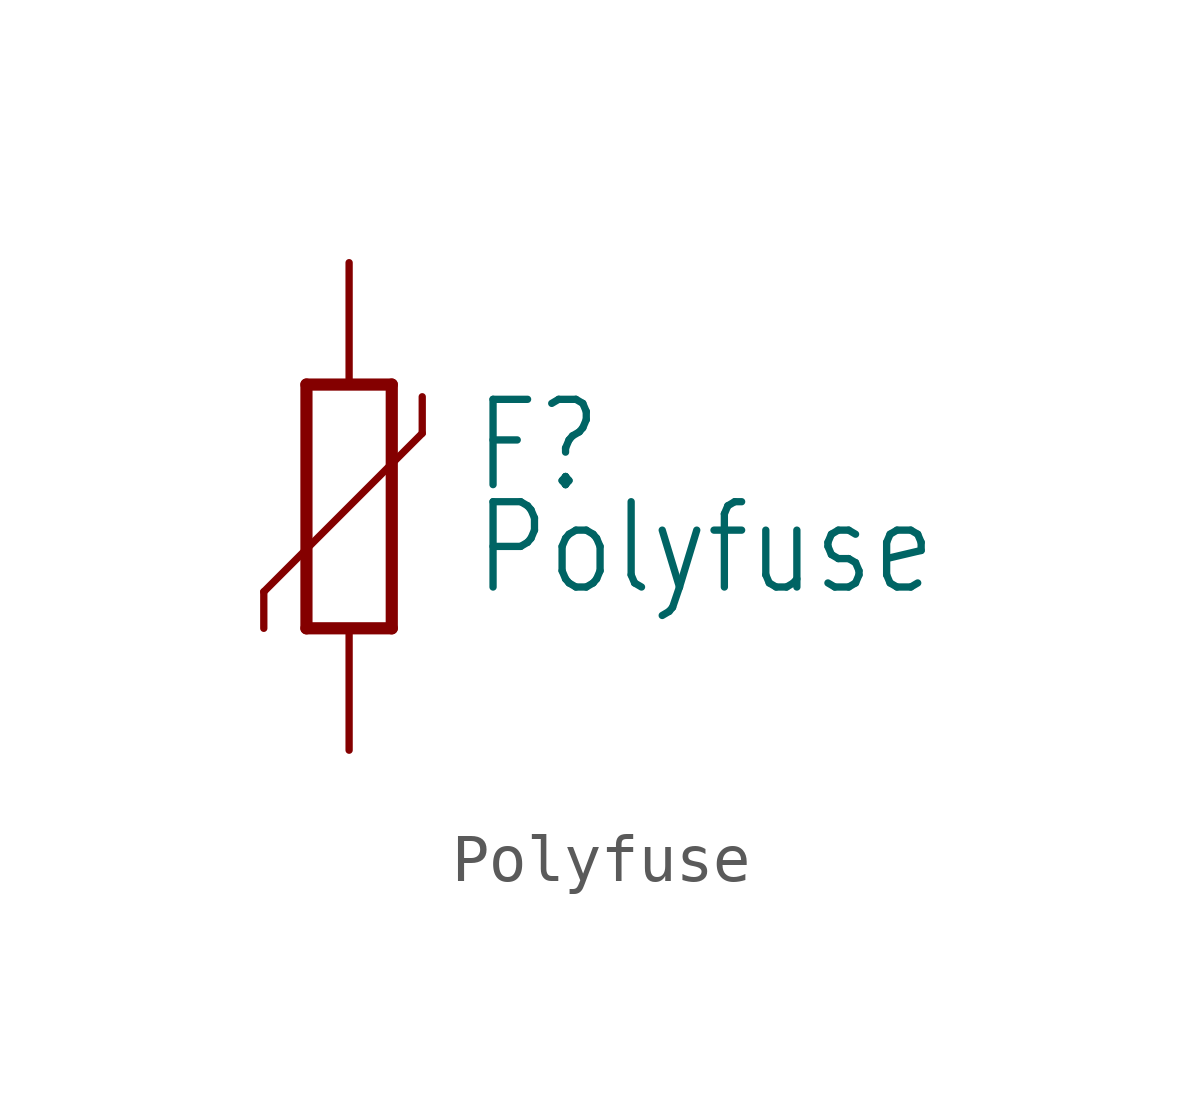
<source format=kicad_sym>
(kicad_symbol_lib
  (version 20211014)
  (generator kicad_symbol_editor)
  (symbol "Polyfuse"
    (property "Reference" "F"
      (at 2.54 0.229 0)
      (effects (font (size 1.778 1.511)) (justify left bottom)))
    (property "Value" "Polyfuse"
      (at 2.54 -1.905 0)
      (effects (font (size 1.778 1.511)) (justify left bottom)))
    (symbol "Polyfuse_1_0"
      (polyline (pts (xy -1.778 -1.778) (xy -1.778 -2.54)) (stroke (width 0.152) (type default) (color 0 0 0 0)) (fill (type none)))
      (polyline (pts (xy -0.889 2.54) (xy -0.889 -2.54)) (stroke (width 0.254) (type default) (color 0 0 0 0)) (fill (type none)))
      (polyline (pts (xy 0.889 -2.54) (xy -0.889 -2.54)) (stroke (width 0.254) (type default) (color 0 0 0 0)) (fill (type none)))
      (polyline (pts (xy 0.889 -2.54) (xy 0.889 2.54)) (stroke (width 0.254) (type default) (color 0 0 0 0)) (fill (type none)))
      (polyline (pts (xy 0.889 2.54) (xy -0.889 2.54)) (stroke (width 0.254) (type default) (color 0 0 0 0)) (fill (type none)))
      (polyline (pts (xy 1.524 1.524) (xy -1.778 -1.778)) (stroke (width 0.152) (type default) (color 0 0 0 0)) (fill (type none)))
      (polyline (pts (xy 1.524 2.286) (xy 1.524 1.524)) (stroke (width 0.152) (type default) (color 0 0 0 0)) (fill (type none)))
      (pin passive line (at 0 -5.08 90) (length 2.54) (name "1" (effects (font (size 0 0)))) (number "1" (effects (font (size 0 0)))))
      (pin passive line (at 0 5.08 270) (length 2.54) (name "2" (effects (font (size 0 0)))) (number "2" (effects (font (size 0 0))))))))
</source>
